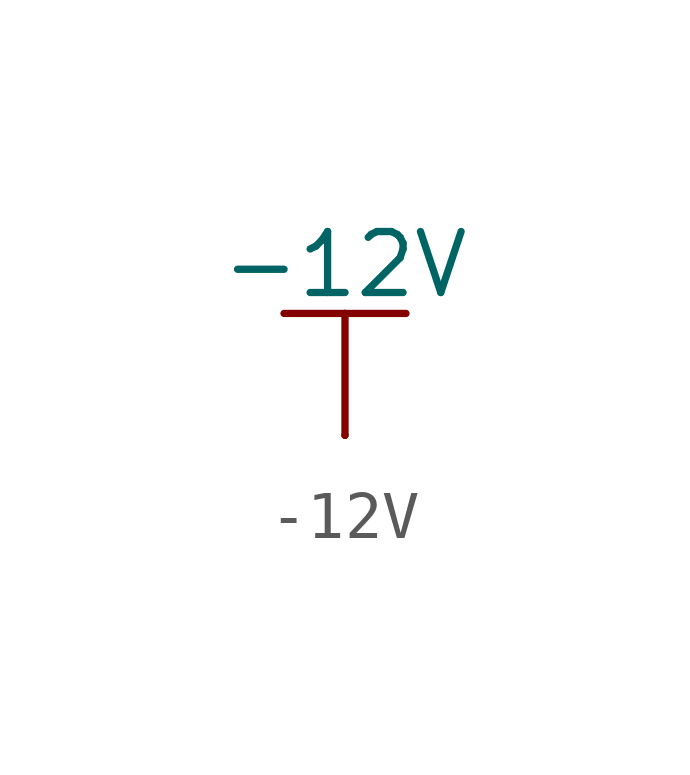
<source format=kicad_sym>
(kicad_symbol_lib
  (version 20231120)
  (generator "kicad_symbol_editor")
  (generator_version "8.0")
  (symbol "-12V"
    (power)
    (pin_numbers hide)
    (pin_names
      (offset 0) hide)
    (property "Reference" "#PWR"
      (at 0 -3.81 0)
      (effects (font (size 1.27 1.27)) (hide yes)))
    (property "Value" "-12V"
      (at 0 3.556 0)
      (effects (font (size 1.27 1.27))))
    (symbol "-12V_0_1"
      (polyline (pts (xy -1.27 2.54) (xy 0 2.54)) (stroke (width 0) (type default)) (fill (type none)))
      (polyline (pts (xy 0 0) (xy 0 2.54)) (stroke (width 0) (type default)) (fill (type none)))
      (polyline (pts (xy 0 2.54) (xy 1.27 2.54)) (stroke (width 0) (type default)) (fill (type none))))
    (symbol "-12V_1_1"
      (pin power_in line (at 0 0 90) (length 0) (name "~" (effects (font (size 1.27 1.27)))) (number "1" (effects (font (size 1.27 1.27))))))))
</source>
